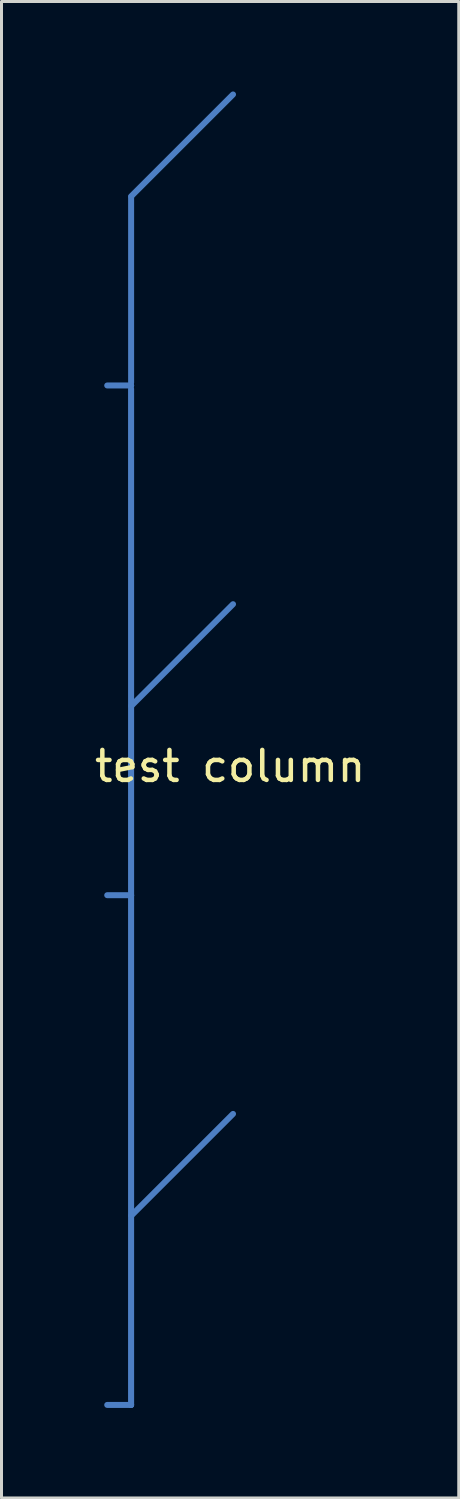
<source format=kicad_pcb>
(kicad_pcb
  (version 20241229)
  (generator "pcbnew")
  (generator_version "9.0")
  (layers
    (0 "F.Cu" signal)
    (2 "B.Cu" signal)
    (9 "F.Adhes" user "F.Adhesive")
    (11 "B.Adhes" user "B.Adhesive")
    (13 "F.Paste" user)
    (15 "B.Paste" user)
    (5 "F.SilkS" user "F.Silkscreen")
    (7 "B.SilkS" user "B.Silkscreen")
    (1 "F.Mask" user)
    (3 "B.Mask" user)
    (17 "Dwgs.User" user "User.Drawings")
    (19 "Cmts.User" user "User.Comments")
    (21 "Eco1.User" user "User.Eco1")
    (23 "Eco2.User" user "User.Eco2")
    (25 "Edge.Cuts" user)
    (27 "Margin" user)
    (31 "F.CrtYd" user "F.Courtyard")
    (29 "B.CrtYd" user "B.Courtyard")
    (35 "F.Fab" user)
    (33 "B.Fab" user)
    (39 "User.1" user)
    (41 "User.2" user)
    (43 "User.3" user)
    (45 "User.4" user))
  (footprint "test column"
    (layer "F.Cu")
    (at 4.625 23.006)
    (property "Reference" "test column" (at 0 -0.5 0) (unlocked yes) (layer "F.SilkS") (effects (font (size 1 1) (thickness 0.15))))
    (attr smd)
    (pad "1" smd roundrect (at -3.7 -13.2) (size 1 0.2) (layers "B.Cu") (roundrect_rratio 0.5))
    (pad "1" smd roundrect (at -3.7 3.8) (size 1 0.2) (layers "B.Cu") (roundrect_rratio 0.5))
    (pad "1" smd roundrect (at -3.7 20.8) (size 1 0.2) (layers "B.Cu") (roundrect_rratio 0.5))
    (pad "1" smd roundrect (at -3.303 3.857) (size 0.202 34.094) (layers "B.Cu") (roundrect_rratio 0.5))
    (pad "1" smd roundrect (at -3.302 -16.394 90) (size 6.408 0.2) (layers "B.Cu") (roundrect_rratio 0.5))
    (pad "1" smd circle (at -3.302 -13.19) (size 0.2 0.2) (layers "B.Cu"))
    (pad "1" smd circle (at -3.302 3.81) (size 0.2 0.2) (layers "B.Cu"))
    (pad "1" smd circle (at -3.302 20.8) (size 0.2 0.2) (layers "B.Cu"))
    (pad "1" smd roundrect (at -1.6 -21.209 45) (size 5 0.2) (layers "B.Cu") (roundrect_rratio 0.5))
    (pad "1" smd roundrect (at -1.6 -4.209 45) (size 5 0.2) (layers "B.Cu") (roundrect_rratio 0.5))
    (pad "1" smd roundrect (at -1.6 12.791 45) (size 5 0.2) (layers "B.Cu") (roundrect_rratio 0.5)))
  (gr_rect
    (start -3 -3)
    (end 12.25 46.91)
    (stroke (width 0.1) (type default))
    (fill no)
    (layer "Edge.Cuts")))
</source>
